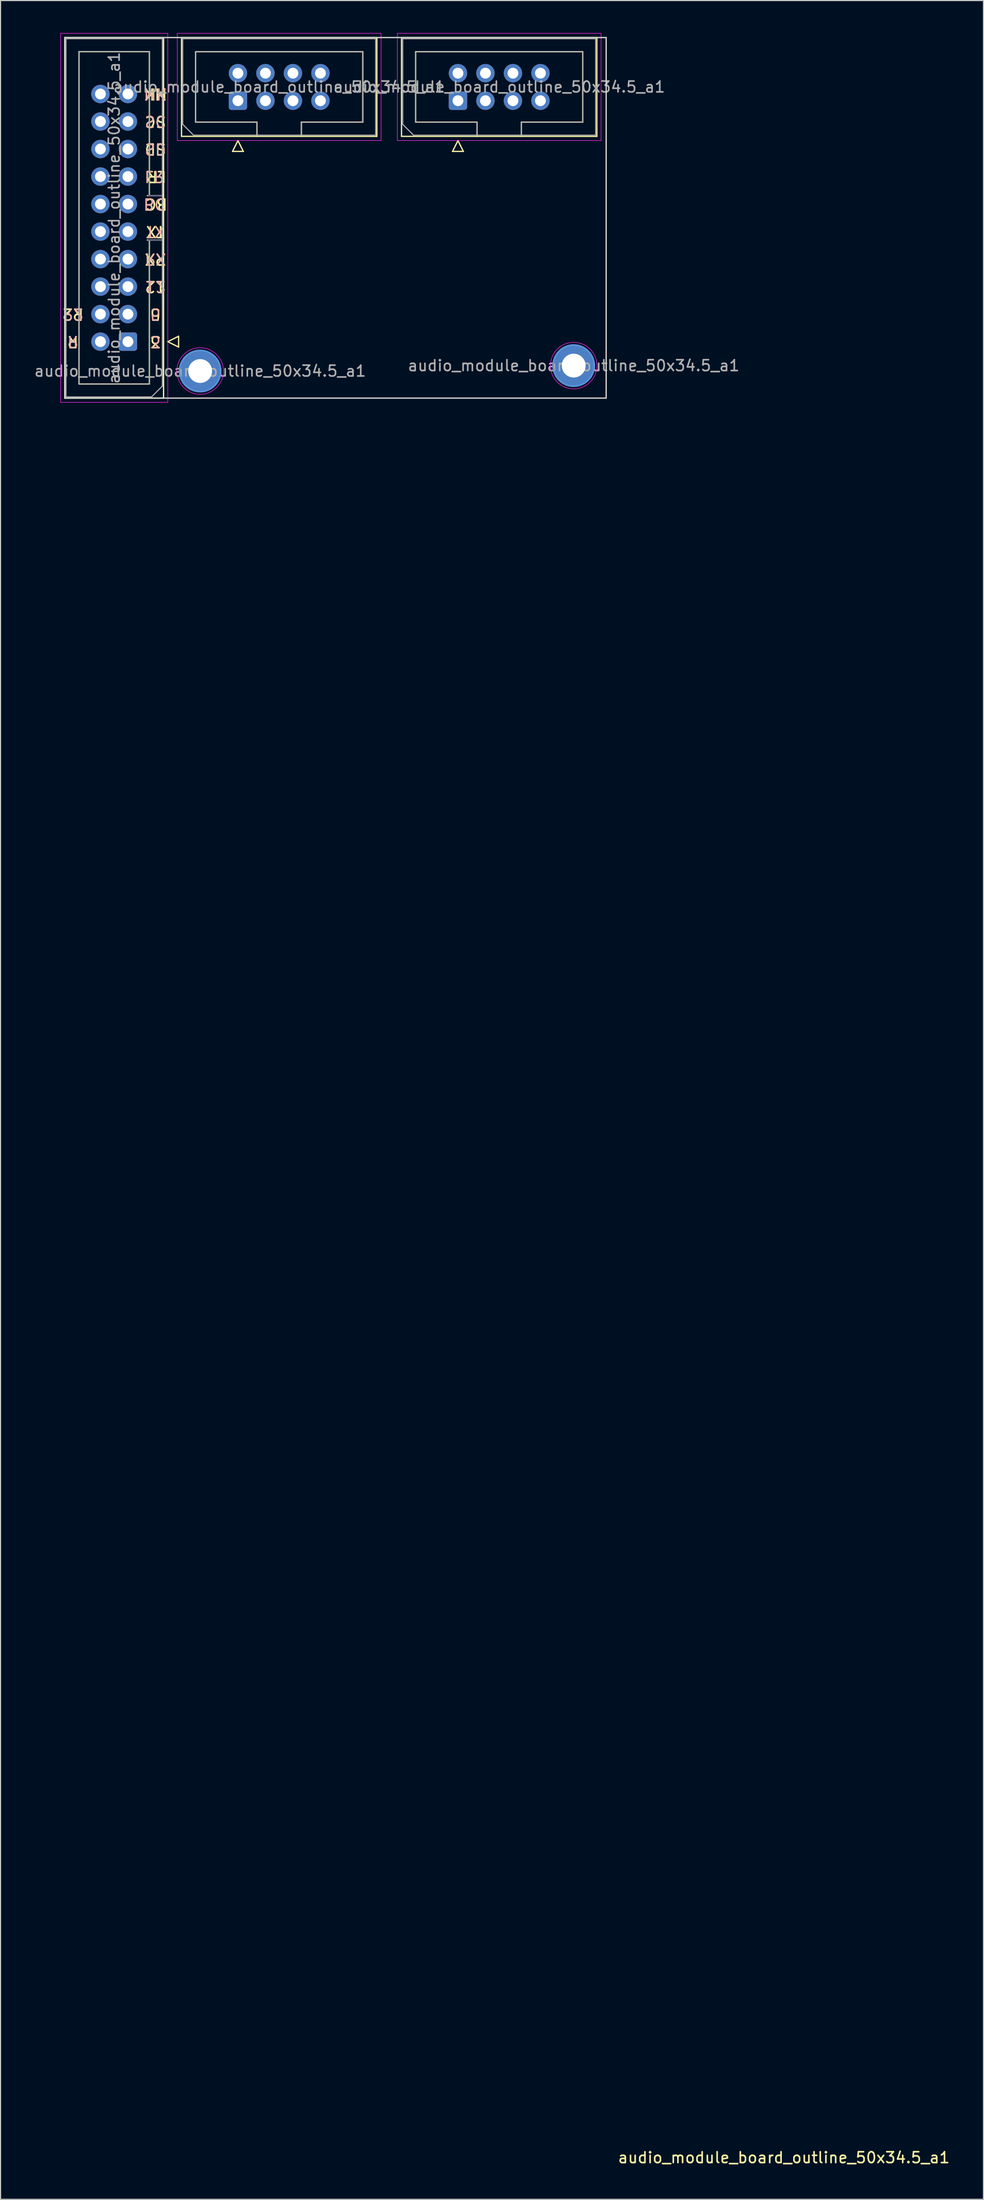
<source format=kicad_pcb>
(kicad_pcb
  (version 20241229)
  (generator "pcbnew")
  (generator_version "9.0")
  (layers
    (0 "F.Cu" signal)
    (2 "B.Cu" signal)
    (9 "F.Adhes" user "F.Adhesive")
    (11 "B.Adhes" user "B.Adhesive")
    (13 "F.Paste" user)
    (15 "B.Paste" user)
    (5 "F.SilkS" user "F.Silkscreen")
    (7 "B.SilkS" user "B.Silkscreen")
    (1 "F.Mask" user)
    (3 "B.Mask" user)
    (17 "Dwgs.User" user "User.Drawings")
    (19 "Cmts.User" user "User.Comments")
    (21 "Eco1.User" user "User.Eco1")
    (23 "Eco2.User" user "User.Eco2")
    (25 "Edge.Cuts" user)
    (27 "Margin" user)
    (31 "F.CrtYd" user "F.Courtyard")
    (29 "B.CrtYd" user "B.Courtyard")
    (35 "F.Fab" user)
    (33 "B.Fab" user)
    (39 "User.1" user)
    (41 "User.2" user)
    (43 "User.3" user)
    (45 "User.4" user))
  (footprint "audio_module_board_outline_50x34.5_a1"
    (layer "F.Cu")
    (at 2.935 33.695)
    (property "Reference" "audio_module_board_outline_50x34.5_a1" (at 66.414 162.401 180) (layer "F.SilkS") (effects (font (size 1 1) (thickness 0.15))))
    (attr through_hole exclude_from_bom)
    (fp_line (start 0 -33.28) (end 9.12 -33.28) (stroke (width 0.12) (type solid)) (layer "F.SilkS"))
    (fp_line (start 0 0) (end 0 -33.28) (stroke (width 0.12) (type solid)) (layer "F.SilkS"))
    (fp_line (start 1.31 -31.98) (end 7.81 -31.98) (stroke (width 0.12) (type solid)) (layer "F.SilkS"))
    (fp_line (start 1.31 -1.3) (end 1.31 -31.98) (stroke (width 0.12) (type solid)) (layer "F.SilkS"))
    (fp_line (start 7.81 -31.98) (end 7.81 -18.69) (stroke (width 0.12) (type solid)) (layer "F.SilkS"))
    (fp_line (start 7.81 -18.69) (end 7.81 -18.69) (stroke (width 0.12) (type solid)) (layer "F.SilkS"))
    (fp_line (start 7.81 -18.69) (end 9.12 -18.69) (stroke (width 0.12) (type solid)) (layer "F.SilkS"))
    (fp_line (start 7.81 -14.59) (end 7.81 -1.3) (stroke (width 0.12) (type solid)) (layer "F.SilkS"))
    (fp_line (start 7.81 -1.3) (end 1.31 -1.3) (stroke (width 0.12) (type solid)) (layer "F.SilkS"))
    (fp_line (start 9.12 -33.28) (end 9.12 0) (stroke (width 0.12) (type solid)) (layer "F.SilkS"))
    (fp_line (start 9.12 -14.59) (end 7.81 -14.59) (stroke (width 0.12) (type solid)) (layer "F.SilkS"))
    (fp_line (start 9.12 0) (end 0 0) (stroke (width 0.12) (type solid)) (layer "F.SilkS"))
    (fp_line (start 9.51 -5.21) (end 10.51 -4.71) (stroke (width 0.12) (type solid)) (layer "F.SilkS"))
    (fp_line (start 10.51 -5.71) (end 9.51 -5.21) (stroke (width 0.12) (type solid)) (layer "F.SilkS"))
    (fp_line (start 10.51 -4.71) (end 10.51 -5.71) (stroke (width 0.12) (type solid)) (layer "F.SilkS"))
    (fp_line (start 10.78 -33.28) (end 28.82 -33.28) (stroke (width 0.12) (type solid)) (layer "F.SilkS"))
    (fp_line (start 10.78 -24.16) (end 10.78 -33.28) (stroke (width 0.12) (type solid)) (layer "F.SilkS"))
    (fp_line (start 12.08 -31.97) (end 27.52 -31.97) (stroke (width 0.12) (type solid)) (layer "F.SilkS"))
    (fp_line (start 12.08 -25.47) (end 12.08 -31.97) (stroke (width 0.12) (type solid)) (layer "F.SilkS"))
    (fp_line (start 15.49 -22.77) (end 16.49 -22.77) (stroke (width 0.12) (type solid)) (layer "F.SilkS"))
    (fp_line (start 15.99 -23.77) (end 15.49 -22.77) (stroke (width 0.12) (type solid)) (layer "F.SilkS"))
    (fp_line (start 16.49 -22.77) (end 15.99 -23.77) (stroke (width 0.12) (type solid)) (layer "F.SilkS"))
    (fp_line (start 17.75 -25.47) (end 12.08 -25.47) (stroke (width 0.12) (type solid)) (layer "F.SilkS"))
    (fp_line (start 17.75 -24.16) (end 17.75 -25.47) (stroke (width 0.12) (type solid)) (layer "F.SilkS"))
    (fp_line (start 21.85 -25.47) (end 21.85 -25.47) (stroke (width 0.12) (type solid)) (layer "F.SilkS"))
    (fp_line (start 21.85 -25.47) (end 21.85 -24.16) (stroke (width 0.12) (type solid)) (layer "F.SilkS"))
    (fp_line (start 27.52 -31.97) (end 27.52 -25.47) (stroke (width 0.12) (type solid)) (layer "F.SilkS"))
    (fp_line (start 27.52 -25.47) (end 21.85 -25.47) (stroke (width 0.12) (type solid)) (layer "F.SilkS"))
    (fp_line (start 28.82 -33.28) (end 28.82 -24.16) (stroke (width 0.12) (type solid)) (layer "F.SilkS"))
    (fp_line (start 28.82 -24.16) (end 10.78 -24.16) (stroke (width 0.12) (type solid)) (layer "F.SilkS"))
    (fp_line (start 31.1 -33.28) (end 49.14 -33.28) (stroke (width 0.12) (type solid)) (layer "F.SilkS"))
    (fp_line (start 31.1 -24.16) (end 31.1 -33.28) (stroke (width 0.12) (type solid)) (layer "F.SilkS"))
    (fp_line (start 32.4 -31.97) (end 47.84 -31.97) (stroke (width 0.12) (type solid)) (layer "F.SilkS"))
    (fp_line (start 32.4 -25.47) (end 32.4 -31.97) (stroke (width 0.12) (type solid)) (layer "F.SilkS"))
    (fp_line (start 35.81 -22.77) (end 36.81 -22.77) (stroke (width 0.12) (type solid)) (layer "F.SilkS"))
    (fp_line (start 36.31 -23.77) (end 35.81 -22.77) (stroke (width 0.12) (type solid)) (layer "F.SilkS"))
    (fp_line (start 36.81 -22.77) (end 36.31 -23.77) (stroke (width 0.12) (type solid)) (layer "F.SilkS"))
    (fp_line (start 38.07 -25.47) (end 32.4 -25.47) (stroke (width 0.12) (type solid)) (layer "F.SilkS"))
    (fp_line (start 38.07 -24.16) (end 38.07 -25.47) (stroke (width 0.12) (type solid)) (layer "F.SilkS"))
    (fp_line (start 42.17 -25.47) (end 42.17 -25.47) (stroke (width 0.12) (type solid)) (layer "F.SilkS"))
    (fp_line (start 42.17 -25.47) (end 42.17 -24.16) (stroke (width 0.12) (type solid)) (layer "F.SilkS"))
    (fp_line (start 47.84 -31.97) (end 47.84 -25.47) (stroke (width 0.12) (type solid)) (layer "F.SilkS"))
    (fp_line (start 47.84 -25.47) (end 42.17 -25.47) (stroke (width 0.12) (type solid)) (layer "F.SilkS"))
    (fp_line (start 49.14 -33.28) (end 49.14 -24.16) (stroke (width 0.12) (type solid)) (layer "F.SilkS"))
    (fp_line (start 49.14 -24.16) (end 31.1 -24.16) (stroke (width 0.12) (type solid)) (layer "F.SilkS"))
    (fp_line (start 7.62 -14.59) (end 8.93 -14.59) (stroke (width 0.12) (type solid)) (layer "B.SilkS"))
    (fp_line (start 8.93 -18.69) (end 7.62 -18.69) (stroke (width 0.12) (type solid)) (layer "B.SilkS"))
    (fp_circle (center 12.5 -2.5) (end 14.4 -2.5) (stroke (width 0.15) (type solid)) (fill no) (layer "Cmts.User"))
    (fp_circle (center 47 -3) (end 48.9 -3) (stroke (width 0.15) (type solid)) (fill no) (layer "Cmts.User"))
    (fp_line (start 0 -33.28) (end 50 -33.28) (stroke (width 0.12) (type solid)) (layer "Edge.Cuts"))
    (fp_line (start 0 0) (end 0 -33.28) (stroke (width 0.12) (type solid)) (layer "Edge.Cuts"))
    (fp_line (start 0 0) (end 50 0) (stroke (width 0.12) (type solid)) (layer "Edge.Cuts"))
    (fp_line (start 50 0) (end 50 -33.28) (stroke (width 0.12) (type solid)) (layer "Edge.Cuts"))
    (fp_line (start -0.39 -33.67) (end -0.39 0.39) (stroke (width 0.05) (type solid)) (layer "F.CrtYd"))
    (fp_line (start -0.39 0.39) (end 9.51 0.39) (stroke (width 0.05) (type solid)) (layer "F.CrtYd"))
    (fp_line (start 9.51 -33.67) (end -0.39 -33.67) (stroke (width 0.05) (type solid)) (layer "F.CrtYd"))
    (fp_line (start 9.51 0.39) (end 9.51 -33.67) (stroke (width 0.05) (type solid)) (layer "F.CrtYd"))
    (fp_line (start 10.39 -33.67) (end 10.39 -23.77) (stroke (width 0.05) (type solid)) (layer "F.CrtYd"))
    (fp_line (start 10.39 -23.77) (end 29.21 -23.77) (stroke (width 0.05) (type solid)) (layer "F.CrtYd"))
    (fp_line (start 29.21 -33.67) (end 10.39 -33.67) (stroke (width 0.05) (type solid)) (layer "F.CrtYd"))
    (fp_line (start 29.21 -23.77) (end 29.21 -33.67) (stroke (width 0.05) (type solid)) (layer "F.CrtYd"))
    (fp_line (start 30.71 -33.67) (end 30.71 -23.77) (stroke (width 0.05) (type solid)) (layer "F.CrtYd"))
    (fp_line (start 30.71 -23.77) (end 49.53 -23.77) (stroke (width 0.05) (type solid)) (layer "F.CrtYd"))
    (fp_line (start 49.53 -33.67) (end 30.71 -33.67) (stroke (width 0.05) (type solid)) (layer "F.CrtYd"))
    (fp_line (start 49.53 -23.77) (end 49.53 -33.67) (stroke (width 0.05) (type solid)) (layer "F.CrtYd"))
    (fp_circle (center 12.5 -2.5) (end 14.65 -2.5) (stroke (width 0.05) (type solid)) (fill no) (layer "F.CrtYd"))
    (fp_circle (center 47 -3) (end 49.15 -3) (stroke (width 0.05) (type solid)) (fill no) (layer "F.CrtYd"))
    (fp_line (start 7.73 -14.59) (end 8.93 -14.59) (stroke (width 0.1) (type solid)) (layer "B.Fab"))
    (fp_line (start 8.93 -18.69) (end 7.73 -18.69) (stroke (width 0.1) (type solid)) (layer "B.Fab"))
    (fp_line (start 0.11 -33.17) (end 9.01 -33.17) (stroke (width 0.1) (type solid)) (layer "F.Fab"))
    (fp_line (start 0.11 -0.11) (end 0.11 -33.17) (stroke (width 0.1) (type solid)) (layer "F.Fab"))
    (fp_line (start 1.31 -31.98) (end 7.81 -31.98) (stroke (width 0.1) (type solid)) (layer "F.Fab"))
    (fp_line (start 1.31 -1.3) (end 1.31 -31.98) (stroke (width 0.1) (type solid)) (layer "F.Fab"))
    (fp_line (start 7.81 -31.98) (end 7.81 -18.69) (stroke (width 0.1) (type solid)) (layer "F.Fab"))
    (fp_line (start 7.81 -18.69) (end 7.81 -18.69) (stroke (width 0.1) (type solid)) (layer "F.Fab"))
    (fp_line (start 7.81 -18.69) (end 9.01 -18.69) (stroke (width 0.1) (type solid)) (layer "F.Fab"))
    (fp_line (start 7.81 -14.59) (end 7.81 -1.3) (stroke (width 0.1) (type solid)) (layer "F.Fab"))
    (fp_line (start 7.81 -1.3) (end 1.31 -1.3) (stroke (width 0.1) (type solid)) (layer "F.Fab"))
    (fp_line (start 8.01 -0.11) (end 0.11 -0.11) (stroke (width 0.1) (type solid)) (layer "F.Fab"))
    (fp_line (start 9.01 -33.17) (end 9.01 -1.11) (stroke (width 0.1) (type solid)) (layer "F.Fab"))
    (fp_line (start 9.01 -14.59) (end 7.81 -14.59) (stroke (width 0.1) (type solid)) (layer "F.Fab"))
    (fp_line (start 9.01 -1.11) (end 8.01 -0.11) (stroke (width 0.1) (type solid)) (layer "F.Fab"))
    (fp_line (start 10.89 -33.17) (end 28.71 -33.17) (stroke (width 0.1) (type solid)) (layer "F.Fab"))
    (fp_line (start 10.89 -25.27) (end 10.89 -33.17) (stroke (width 0.1) (type solid)) (layer "F.Fab"))
    (fp_line (start 11.89 -24.27) (end 10.89 -25.27) (stroke (width 0.1) (type solid)) (layer "F.Fab"))
    (fp_line (start 12.08 -31.97) (end 27.52 -31.97) (stroke (width 0.1) (type solid)) (layer "F.Fab"))
    (fp_line (start 12.08 -25.47) (end 12.08 -31.97) (stroke (width 0.1) (type solid)) (layer "F.Fab"))
    (fp_line (start 17.75 -25.47) (end 12.08 -25.47) (stroke (width 0.1) (type solid)) (layer "F.Fab"))
    (fp_line (start 17.75 -24.27) (end 17.75 -25.47) (stroke (width 0.1) (type solid)) (layer "F.Fab"))
    (fp_line (start 21.85 -25.47) (end 21.85 -25.47) (stroke (width 0.1) (type solid)) (layer "F.Fab"))
    (fp_line (start 21.85 -25.47) (end 21.85 -24.27) (stroke (width 0.1) (type solid)) (layer "F.Fab"))
    (fp_line (start 27.52 -31.97) (end 27.52 -25.47) (stroke (width 0.1) (type solid)) (layer "F.Fab"))
    (fp_line (start 27.52 -25.47) (end 21.85 -25.47) (stroke (width 0.1) (type solid)) (layer "F.Fab"))
    (fp_line (start 28.71 -33.17) (end 28.71 -24.27) (stroke (width 0.1) (type solid)) (layer "F.Fab"))
    (fp_line (start 28.71 -24.27) (end 11.89 -24.27) (stroke (width 0.1) (type solid)) (layer "F.Fab"))
    (fp_line (start 31.21 -33.17) (end 49.03 -33.17) (stroke (width 0.1) (type solid)) (layer "F.Fab"))
    (fp_line (start 31.21 -25.27) (end 31.21 -33.17) (stroke (width 0.1) (type solid)) (layer "F.Fab"))
    (fp_line (start 32.21 -24.27) (end 31.21 -25.27) (stroke (width 0.1) (type solid)) (layer "F.Fab"))
    (fp_line (start 32.4 -31.97) (end 47.84 -31.97) (stroke (width 0.1) (type solid)) (layer "F.Fab"))
    (fp_line (start 32.4 -25.47) (end 32.4 -31.97) (stroke (width 0.1) (type solid)) (layer "F.Fab"))
    (fp_line (start 38.07 -25.47) (end 32.4 -25.47) (stroke (width 0.1) (type solid)) (layer "F.Fab"))
    (fp_line (start 38.07 -24.27) (end 38.07 -25.47) (stroke (width 0.1) (type solid)) (layer "F.Fab"))
    (fp_line (start 42.17 -25.47) (end 42.17 -25.47) (stroke (width 0.1) (type solid)) (layer "F.Fab"))
    (fp_line (start 42.17 -25.47) (end 42.17 -24.27) (stroke (width 0.1) (type solid)) (layer "F.Fab"))
    (fp_line (start 47.84 -31.97) (end 47.84 -25.47) (stroke (width 0.1) (type solid)) (layer "F.Fab"))
    (fp_line (start 47.84 -25.47) (end 42.17 -25.47) (stroke (width 0.1) (type solid)) (layer "F.Fab"))
    (fp_line (start 49.03 -33.17) (end 49.03 -24.27) (stroke (width 0.1) (type solid)) (layer "F.Fab"))
    (fp_line (start 49.03 -24.27) (end 32.21 -24.27) (stroke (width 0.1) (type solid)) (layer "F.Fab"))
    (fp_text user "SC" (at 8.37 -25.53 180) (unlocked yes) (layer "F.SilkS") (effects (font (size 1 1) (thickness 0.15))))
    (fp_text user "R" (at 0.75 -5.21 180) (unlocked yes) (layer "F.SilkS") (effects (font (size 1 1) (thickness 0.15))))
    (fp_text user "BC" (at 8.465 -17.91 180) (unlocked yes) (layer "F.SilkS") (effects (font (size 1 1) (thickness 0.15))))
    (fp_text user "MK" (at 8.37 -28.07 180) (unlocked yes) (layer "F.SilkS") (effects (font (size 1 1) (thickness 0.15))))
    (fp_text user "TX" (at 8.37 -15.37 180) (unlocked yes) (layer "F.SilkS") (effects (font (size 1 1) (thickness 0.15))))
    (fp_text user "SD" (at 8.37 -22.99 180) (unlocked yes) (layer "F.SilkS") (effects (font (size 1 1) (thickness 0.15))))
    (fp_text user "3" (at 8.37 -5.21 180) (unlocked yes) (layer "F.SilkS") (effects (font (size 1 1) (thickness 0.15))))
    (fp_text user "5" (at 8.37 -7.75 180) (unlocked yes) (layer "F.SilkS") (effects (font (size 1 1) (thickness 0.15))))
    (fp_text user "LR" (at 8.465 -20.45 180) (unlocked yes) (layer "F.SilkS") (effects (font (size 1 1) (thickness 0.15))))
    (fp_text user "RX" (at 8.37 -12.83 180) (unlocked yes) (layer "F.SilkS") (effects (font (size 1 1) (thickness 0.15))))
    (fp_text user "R2" (at 0.75 -7.75 180) (unlocked yes) (layer "F.SilkS") (effects (font (size 1 1) (thickness 0.15))))
    (fp_text user "12" (at 8.37 -10.29 180) (unlocked yes) (layer "F.SilkS") (effects (font (size 1 1) (thickness 0.15))))
    (fp_text user "BC" (at 8.275 -17.91 180) (unlocked yes) (layer "B.SilkS") (effects (font (size 1 1) (thickness 0.15)) (justify mirror)))
    (fp_text user "R2" (at 0.75 -7.75 180) (unlocked yes) (layer "B.SilkS") (effects (font (size 1 1) (thickness 0.15)) (justify mirror)))
    (fp_text user "R" (at 0.75 -5.21 180) (unlocked yes) (layer "B.SilkS") (effects (font (size 1 1) (thickness 0.15)) (justify mirror)))
    (fp_text user "12" (at 8.37 -10.29 180) (unlocked yes) (layer "B.SilkS") (effects (font (size 1 1) (thickness 0.15)) (justify mirror)))
    (fp_text user "TX" (at 8.37 -15.37 180) (unlocked yes) (layer "B.SilkS") (effects (font (size 1 1) (thickness 0.15)) (justify mirror)))
    (fp_text user "SC" (at 8.37 -25.53 180) (unlocked yes) (layer "B.SilkS") (effects (font (size 1 1) (thickness 0.15)) (justify mirror)))
    (fp_text user "RX" (at 8.37 -12.83 180) (unlocked yes) (layer "B.SilkS") (effects (font (size 1 1) (thickness 0.15)) (justify mirror)))
    (fp_text user "LR" (at 8.275 -20.45 180) (unlocked yes) (layer "B.SilkS") (effects (font (size 1 1) (thickness 0.15)) (justify mirror)))
    (fp_text user "MK" (at 8.37 -28.07 180) (unlocked yes) (layer "B.SilkS") (effects (font (size 1 1) (thickness 0.15)) (justify mirror)))
    (fp_text user "3" (at 8.37 -5.21 180) (unlocked yes) (layer "B.SilkS") (effects (font (size 1 1) (thickness 0.15)) (justify mirror)))
    (fp_text user "5" (at 8.37 -7.75 180) (unlocked yes) (layer "B.SilkS") (effects (font (size 1 1) (thickness 0.15)) (justify mirror)))
    (fp_text user "SD" (at 8.37 -22.99 180) (unlocked yes) (layer "B.SilkS") (effects (font (size 1 1) (thickness 0.15)) (justify mirror)))
    (fp_text user "${REFERENCE}" (at 12.5 -2.5 0) (layer "F.Fab") (effects (font (size 1 1) (thickness 0.15))))
    (fp_text user "${REFERENCE}" (at 4.56 -16.64 270) (layer "F.Fab") (effects (font (size 1 1) (thickness 0.15))))
    (fp_text user "${REFERENCE}" (at 47 -3 0) (layer "F.Fab") (effects (font (size 1 1) (thickness 0.15))))
    (fp_text user "${REFERENCE}" (at 40.12 -28.72 0) (layer "F.Fab") (effects (font (size 1 1) (thickness 0.15))))
    (fp_text user "${REFERENCE}" (at 19.8 -28.72 0) (layer "F.Fab") (effects (font (size 1 1) (thickness 0.15))))
    (pad "1" thru_hole roundrect (at 5.83 -5.21 180) (size 1.7 1.7) (drill 1) (layers "*.Cu" "*.Mask") (roundrect_rratio 0.147))
    (pad "1" thru_hole circle (at 12.5 -2.5) (size 3.8 3.8) (drill 2.2) (layers "*.Cu" "*.Mask"))
    (pad "1" thru_hole roundrect (at 15.99 -27.45 270) (size 1.7 1.7) (drill 1) (layers "*.Cu" "*.Mask") (roundrect_rratio 0.147))
    (pad "1" thru_hole roundrect (at 36.31 -27.45 270) (size 1.7 1.7) (drill 1) (layers "*.Cu" "*.Mask") (roundrect_rratio 0.147))
    (pad "1" thru_hole circle (at 47 -3) (size 3.8 3.8) (drill 2.2) (layers "*.Cu" "*.Mask"))
    (pad "2" thru_hole circle (at 3.29 -5.21 180) (size 1.7 1.7) (drill 1) (layers "*.Cu" "*.Mask"))
    (pad "2" thru_hole circle (at 15.99 -29.99 270) (size 1.7 1.7) (drill 1) (layers "*.Cu" "*.Mask"))
    (pad "2" thru_hole circle (at 36.31 -29.99 270) (size 1.7 1.7) (drill 1) (layers "*.Cu" "*.Mask"))
    (pad "3" thru_hole circle (at 5.83 -7.75 180) (size 1.7 1.7) (drill 1) (layers "*.Cu" "*.Mask"))
    (pad "3" thru_hole circle (at 18.53 -27.45 270) (size 1.7 1.7) (drill 1) (layers "*.Cu" "*.Mask"))
    (pad "3" thru_hole circle (at 38.85 -27.45 270) (size 1.7 1.7) (drill 1) (layers "*.Cu" "*.Mask"))
    (pad "4" thru_hole circle (at 3.29 -7.75 180) (size 1.7 1.7) (drill 1) (layers "*.Cu" "*.Mask"))
    (pad "4" thru_hole circle (at 18.53 -29.99 270) (size 1.7 1.7) (drill 1) (layers "*.Cu" "*.Mask"))
    (pad "4" thru_hole circle (at 38.85 -29.99 270) (size 1.7 1.7) (drill 1) (layers "*.Cu" "*.Mask"))
    (pad "5" thru_hole circle (at 5.83 -10.29 180) (size 1.7 1.7) (drill 1) (layers "*.Cu" "*.Mask"))
    (pad "5" thru_hole circle (at 21.07 -27.45 270) (size 1.7 1.7) (drill 1) (layers "*.Cu" "*.Mask"))
    (pad "5" thru_hole circle (at 41.39 -27.45 270) (size 1.7 1.7) (drill 1) (layers "*.Cu" "*.Mask"))
    (pad "6" thru_hole circle (at 3.29 -10.29 180) (size 1.7 1.7) (drill 1) (layers "*.Cu" "*.Mask"))
    (pad "6" thru_hole circle (at 21.07 -29.99 270) (size 1.7 1.7) (drill 1) (layers "*.Cu" "*.Mask"))
    (pad "6" thru_hole circle (at 41.39 -29.99 270) (size 1.7 1.7) (drill 1) (layers "*.Cu" "*.Mask"))
    (pad "7" thru_hole circle (at 5.83 -12.83 180) (size 1.7 1.7) (drill 1) (layers "*.Cu" "*.Mask"))
    (pad "7" thru_hole circle (at 23.61 -27.45 270) (size 1.7 1.7) (drill 1) (layers "*.Cu" "*.Mask"))
    (pad "7" thru_hole circle (at 43.93 -27.45 270) (size 1.7 1.7) (drill 1) (layers "*.Cu" "*.Mask"))
    (pad "8" thru_hole circle (at 3.29 -12.83 180) (size 1.7 1.7) (drill 1) (layers "*.Cu" "*.Mask"))
    (pad "8" thru_hole circle (at 23.61 -29.99 270) (size 1.7 1.7) (drill 1) (layers "*.Cu" "*.Mask"))
    (pad "8" thru_hole circle (at 43.93 -29.99 270) (size 1.7 1.7) (drill 1) (layers "*.Cu" "*.Mask"))
    (pad "9" thru_hole circle (at 5.83 -15.37 180) (size 1.7 1.7) (drill 1) (layers "*.Cu" "*.Mask"))
    (pad "10" thru_hole circle (at 3.29 -15.37 180) (size 1.7 1.7) (drill 1) (layers "*.Cu" "*.Mask"))
    (pad "11" thru_hole circle (at 5.83 -17.91 180) (size 1.7 1.7) (drill 1) (layers "*.Cu" "*.Mask"))
    (pad "12" thru_hole circle (at 3.29 -17.91 180) (size 1.7 1.7) (drill 1) (layers "*.Cu" "*.Mask"))
    (pad "13" thru_hole circle (at 5.83 -20.45 180) (size 1.7 1.7) (drill 1) (layers "*.Cu" "*.Mask"))
    (pad "14" thru_hole circle (at 3.29 -20.45 180) (size 1.7 1.7) (drill 1) (layers "*.Cu" "*.Mask"))
    (pad "15" thru_hole circle (at 5.83 -22.99 180) (size 1.7 1.7) (drill 1) (layers "*.Cu" "*.Mask"))
    (pad "16" thru_hole circle (at 3.29 -22.99 180) (size 1.7 1.7) (drill 1) (layers "*.Cu" "*.Mask"))
    (pad "17" thru_hole circle (at 5.83 -25.53 180) (size 1.7 1.7) (drill 1) (layers "*.Cu" "*.Mask"))
    (pad "18" thru_hole circle (at 3.29 -25.53 180) (size 1.7 1.7) (drill 1) (layers "*.Cu" "*.Mask"))
    (pad "19" thru_hole circle (at 5.83 -28.07 180) (size 1.7 1.7) (drill 1) (layers "*.Cu" "*.Mask"))
    (pad "20" thru_hole circle (at 3.29 -28.07 180) (size 1.7 1.7) (drill 1) (layers "*.Cu" "*.Mask")))
  (gr_rect
    (start -3 -3)
    (end 87.783 199.945)
    (stroke (width 0.1) (type default))
    (fill no)
    (layer "Edge.Cuts")))
</source>
